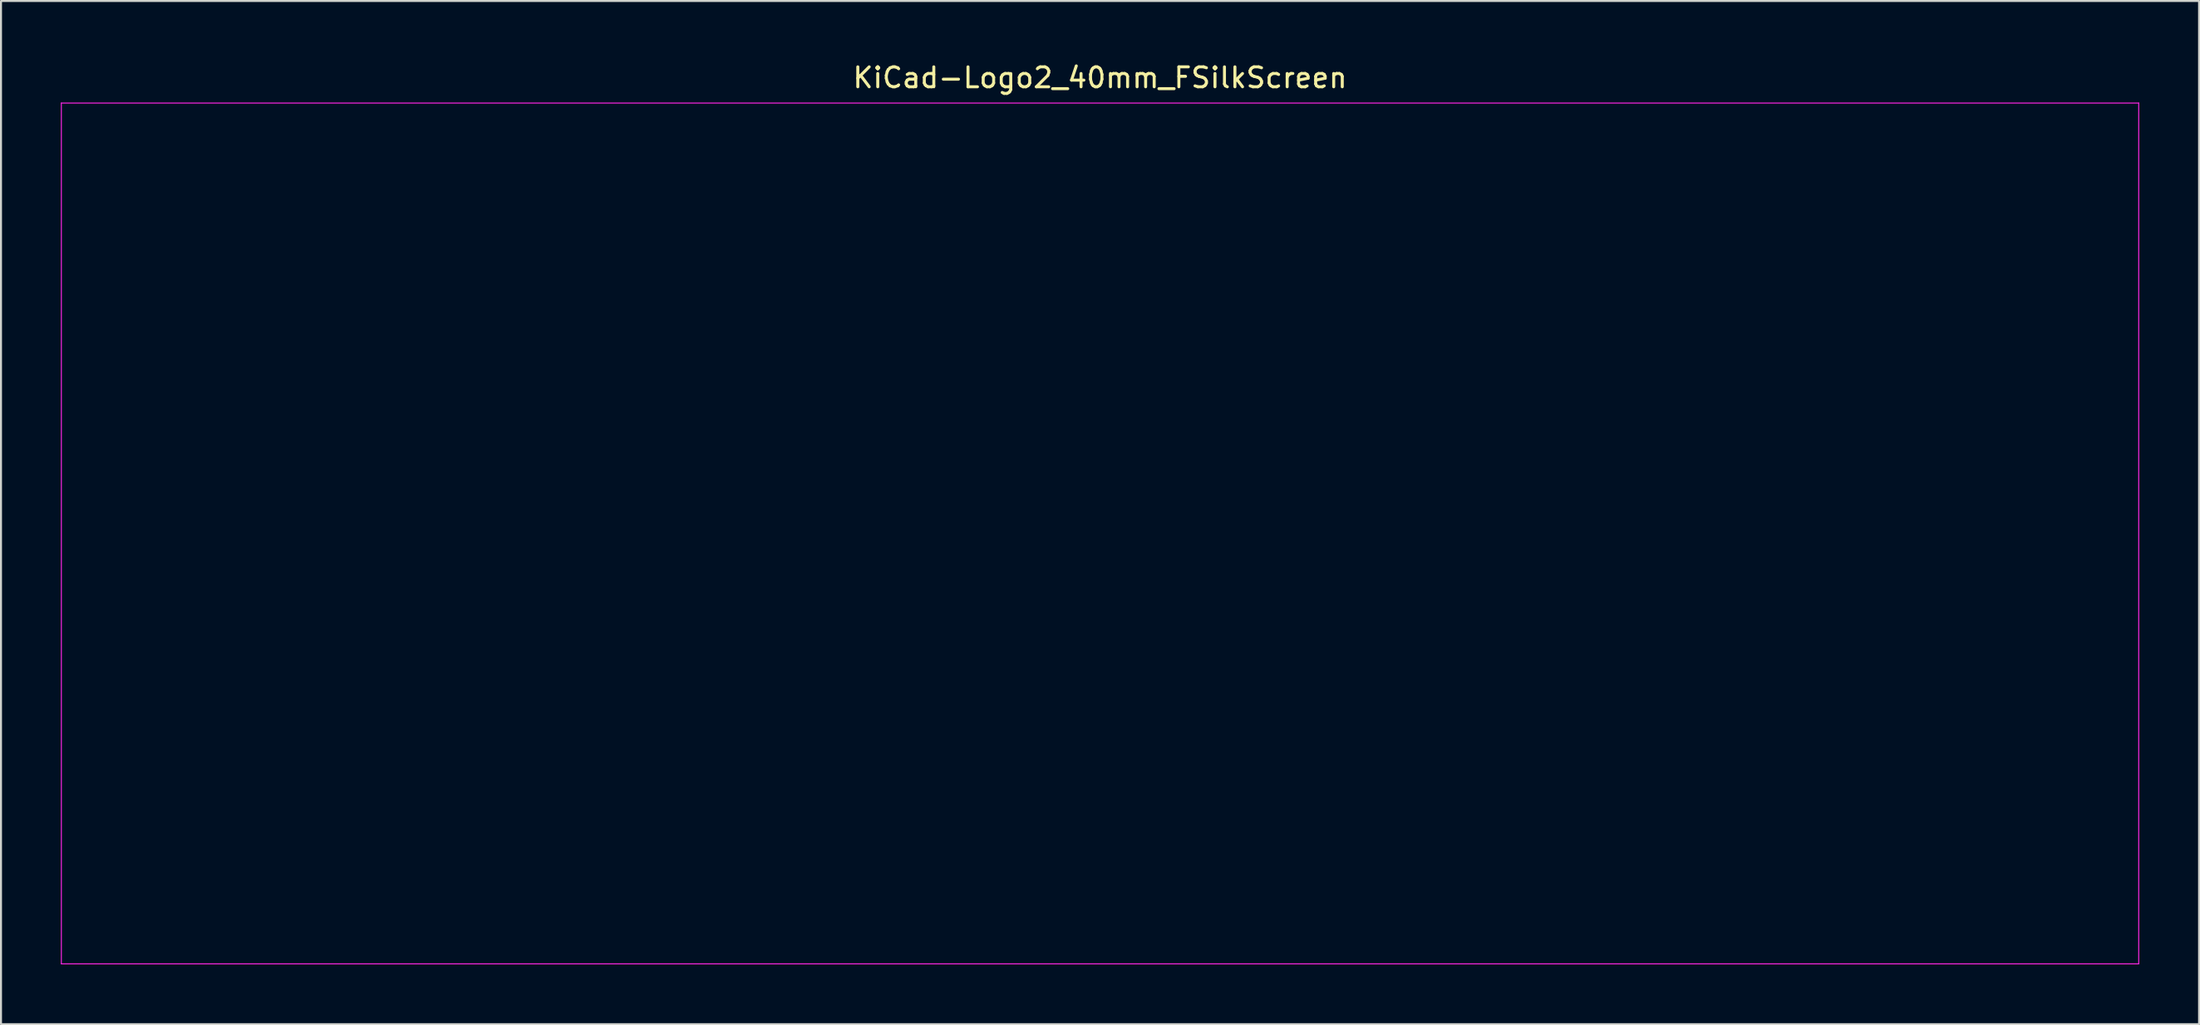
<source format=kicad_pcb>
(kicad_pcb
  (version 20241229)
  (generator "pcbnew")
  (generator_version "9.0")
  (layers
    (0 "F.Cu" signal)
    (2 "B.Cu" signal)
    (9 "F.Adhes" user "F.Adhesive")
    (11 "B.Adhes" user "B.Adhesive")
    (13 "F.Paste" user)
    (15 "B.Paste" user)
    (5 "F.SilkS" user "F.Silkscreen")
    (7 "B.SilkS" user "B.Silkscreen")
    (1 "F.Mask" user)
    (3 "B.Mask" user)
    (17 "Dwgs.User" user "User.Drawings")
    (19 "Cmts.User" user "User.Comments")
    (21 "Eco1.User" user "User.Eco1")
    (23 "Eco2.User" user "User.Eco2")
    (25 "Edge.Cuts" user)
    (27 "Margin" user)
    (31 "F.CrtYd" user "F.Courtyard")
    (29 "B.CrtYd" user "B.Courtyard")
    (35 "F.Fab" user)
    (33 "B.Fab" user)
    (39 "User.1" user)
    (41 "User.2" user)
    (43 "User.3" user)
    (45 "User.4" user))
  (footprint "KiCad-Logo2_40mm_FSilkScreen"
    (layer "F.Cu")
    (at 52.095 23.708)
    (property "Reference" "KiCad-Logo2_40mm_FSilkScreen" (at 0 -22.86 0) (layer "F.SilkS") (effects (font (size 1 1) (thickness 0.15))))
    (attr exclude_from_pos_files exclude_from_bom)
    (fp_line (start -52.07 -21.59) (end 52.07 -21.59) (stroke (width 0.05) (type solid)) (layer "F.CrtYd"))
    (fp_line (start -52.07 21.59) (end -52.07 -21.59) (stroke (width 0.05) (type solid)) (layer "F.CrtYd"))
    (fp_line (start 52.07 -21.59) (end 52.07 21.59) (stroke (width 0.05) (type solid)) (layer "F.CrtYd"))
    (fp_line (start 52.07 21.59) (end -52.07 21.59) (stroke (width 0.05) (type solid)) (layer "F.CrtYd")))
  (gr_rect
    (start -3 -3)
    (end 107.19 48.323)
    (stroke (width 0.1) (type default))
    (fill no)
    (layer "Edge.Cuts")))
</source>
